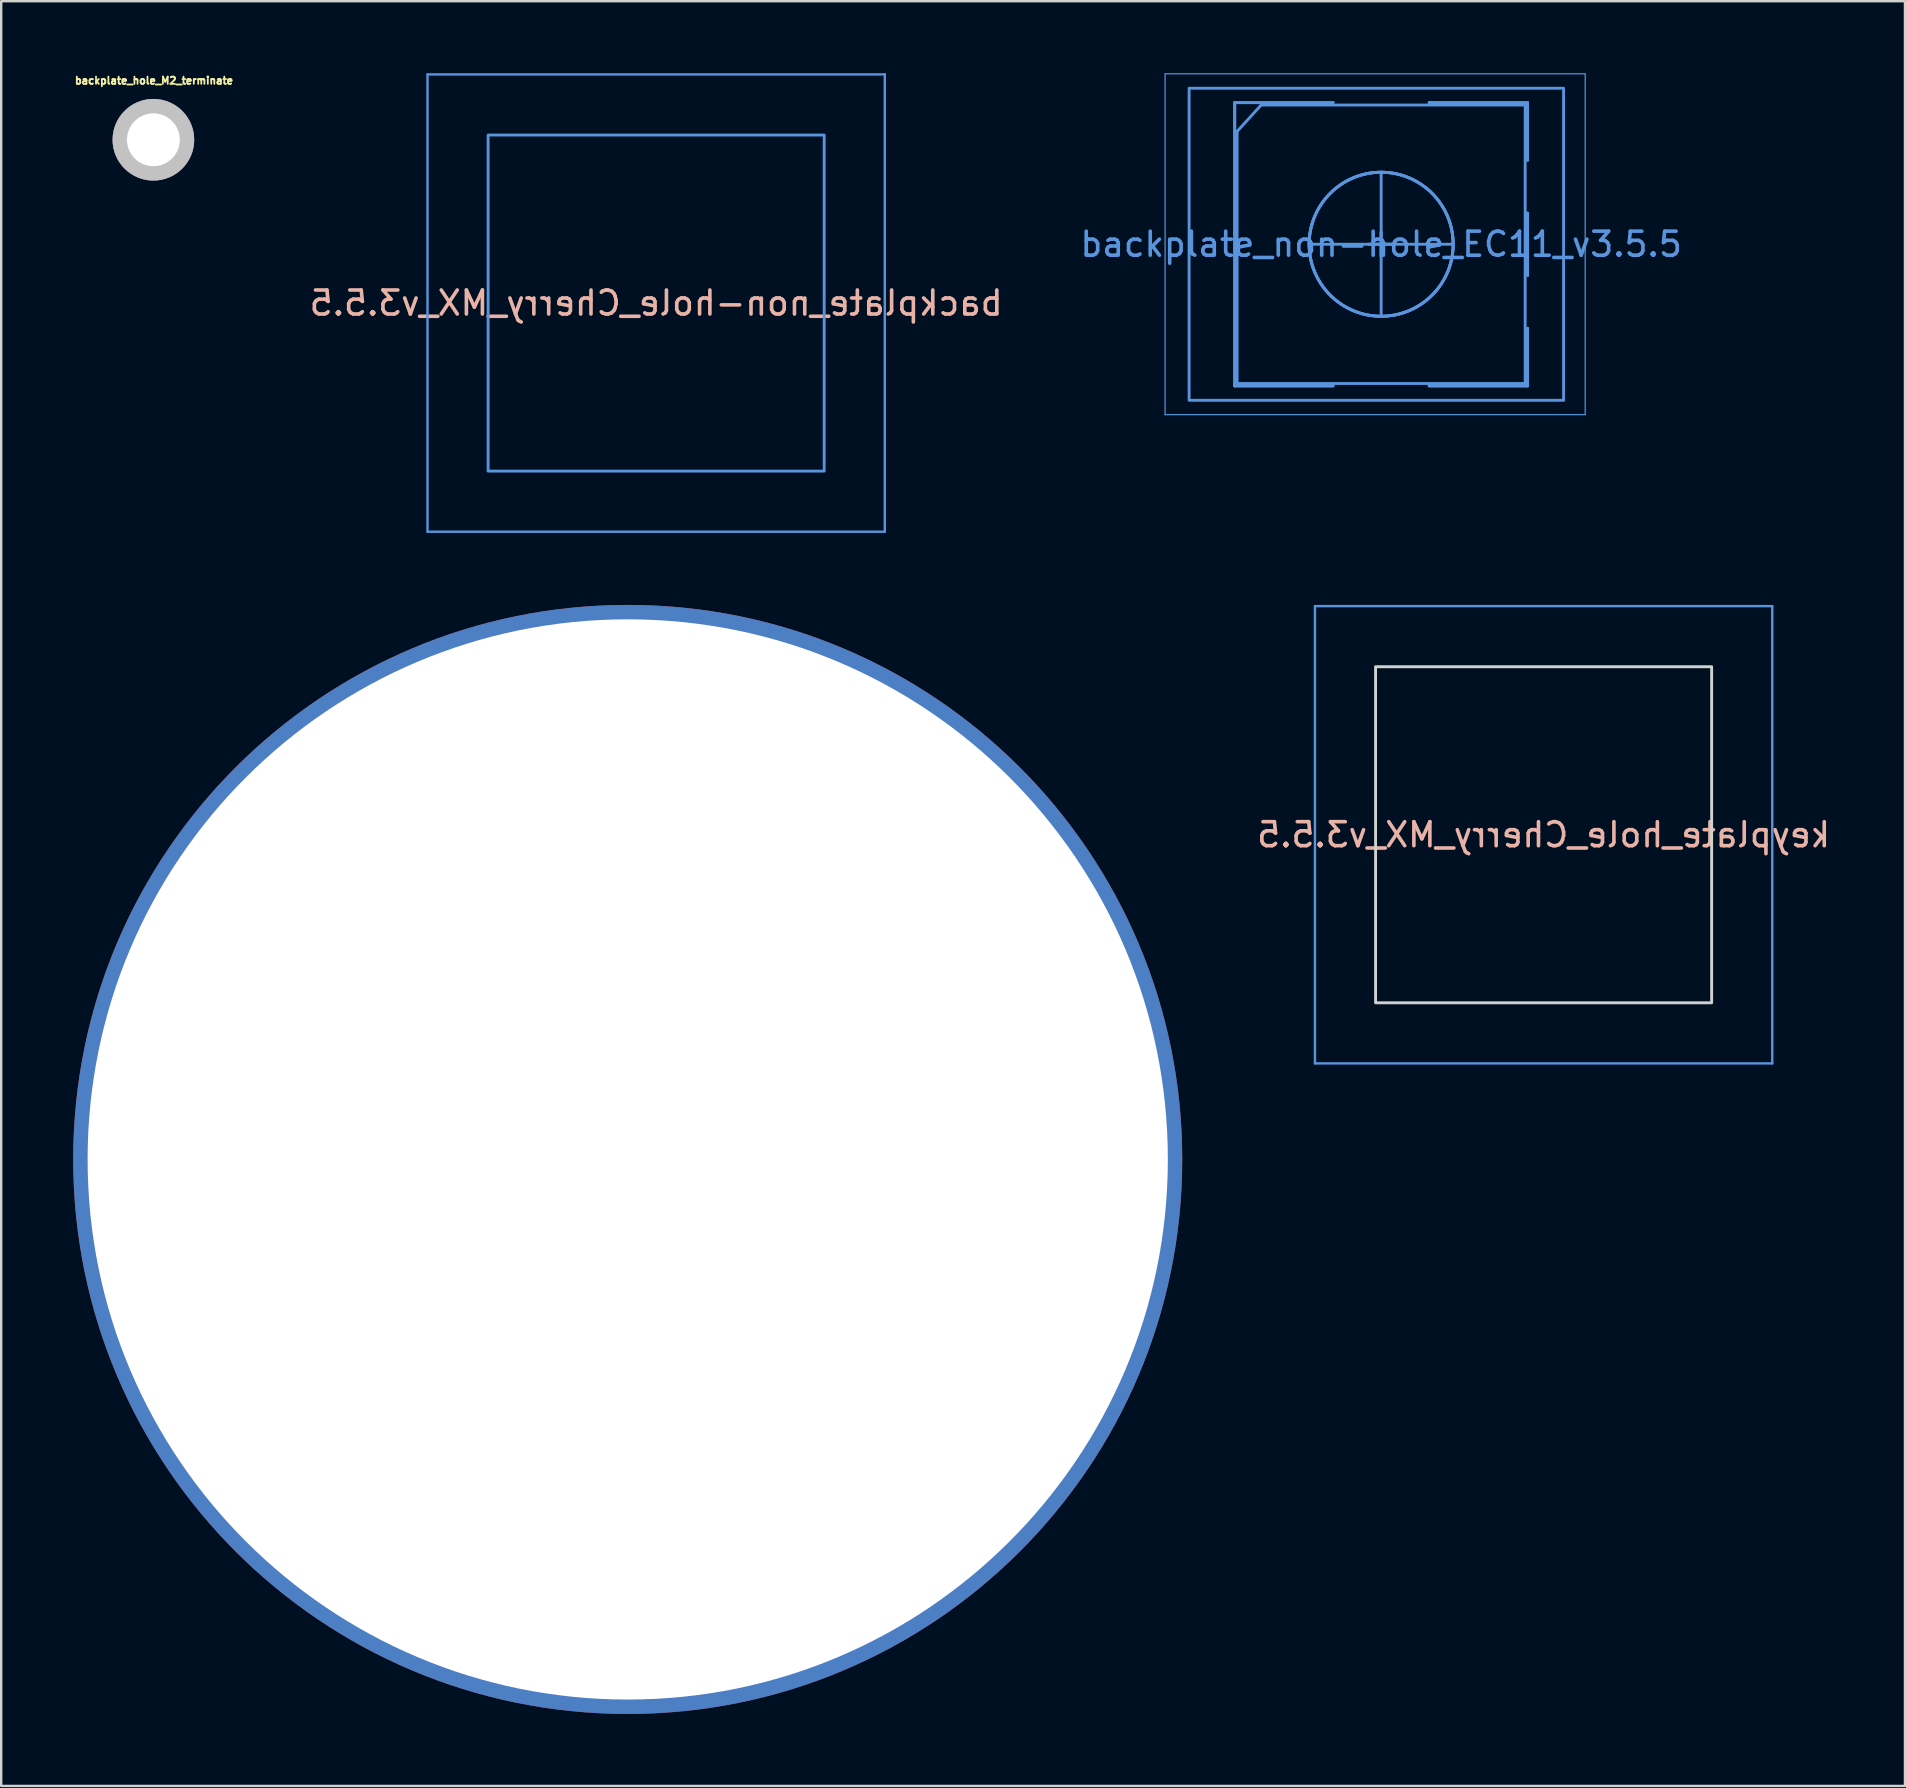
<source format=kicad_pcb>
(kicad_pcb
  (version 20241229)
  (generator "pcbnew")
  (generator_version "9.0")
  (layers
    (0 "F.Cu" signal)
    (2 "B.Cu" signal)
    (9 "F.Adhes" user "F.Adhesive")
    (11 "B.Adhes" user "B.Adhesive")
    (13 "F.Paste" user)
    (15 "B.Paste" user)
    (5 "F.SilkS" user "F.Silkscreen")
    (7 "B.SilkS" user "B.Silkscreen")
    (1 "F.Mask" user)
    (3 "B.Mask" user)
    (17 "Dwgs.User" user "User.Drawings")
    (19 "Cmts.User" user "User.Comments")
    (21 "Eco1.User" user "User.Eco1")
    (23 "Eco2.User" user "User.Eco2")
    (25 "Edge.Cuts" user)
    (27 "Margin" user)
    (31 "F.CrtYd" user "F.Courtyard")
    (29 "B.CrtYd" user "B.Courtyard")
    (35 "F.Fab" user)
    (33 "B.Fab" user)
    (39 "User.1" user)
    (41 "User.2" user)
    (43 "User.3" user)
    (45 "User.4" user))
  (footprint "backplate_Tenting_Puck_v3.5.5"
    (layer "F.Cu")
    (at 23.1 45.25)
    (property "Reference" "backplate_Tenting_Puck_v3.5.5" (at 7.684 1.46 0) (layer "F.Fab") (effects (font (size 1 1) (thickness 0.15))))
    (attr through_hole)
    (fp_line (start -17.6 10) (end -17.6 -10) (stroke (width 0.2) (type solid)) (layer "Dwgs.User"))
    (fp_line (start -1.6 19.05) (end -1.6 -19.05) (stroke (width 0.2) (type solid)) (layer "Dwgs.User"))
    (fp_line (start 1.6 19.05) (end 1.6 -19.05) (stroke (width 0.2) (type solid)) (layer "Dwgs.User"))
    (fp_line (start 17.6 10) (end 17.6 -10) (stroke (width 0.2) (type solid)) (layer "Dwgs.User"))
    (fp_arc (start -17.6 10) (mid -20.242529 0) (end -17.6 -10) (stroke (width 0.2) (type default)) (layer "Dwgs.User"))
    (fp_arc (start -1.6 -19.049999) (mid 0 -19.117073) (end 1.6 -19.049999) (stroke (width 0.2) (type default)) (layer "Dwgs.User"))
    (fp_arc (start 1.6 19.049999) (mid 0 19.117073) (end -1.6 19.049999) (stroke (width 0.2) (type default)) (layer "Dwgs.User"))
    (fp_arc (start 17.6 -10) (mid 20.242529 0) (end 17.6 10) (stroke (width 0.2) (type default)) (layer "Dwgs.User"))
    (fp_circle (center 0 0) (end 20.55 0) (stroke (width 0.55) (type solid)) (fill no) (layer "Dwgs.User"))
    (fp_circle (center -19.05 0) (end -17.3 0) (stroke (width 0.12) (type default)) (fill no) (layer "User.3"))
    (fp_circle (center 0 -19.05) (end 1.75 -19.05) (stroke (width 0.12) (type default)) (fill no) (layer "User.3"))
    (fp_circle (center 0 19.05) (end 1.75 19.05) (stroke (width 0.12) (type default)) (fill no) (layer "User.3"))
    (fp_circle (center 19.05 0) (end 20.8 0) (stroke (width 0.12) (type default)) (fill no) (layer "User.3"))
    (fp_circle (center -19.05 0) (end -17.3 0) (stroke (width 0.12) (type default)) (fill no) (layer "User.4"))
    (fp_circle (center 0 -19.05) (end 1.75 -19.05) (stroke (width 0.12) (type default)) (fill no) (layer "User.4"))
    (fp_circle (center 0 19.05) (end 1.75 19.05) (stroke (width 0.12) (type default)) (fill no) (layer "User.4"))
    (fp_circle (center 19.05 0) (end 20.8 0) (stroke (width 0.12) (type default)) (fill no) (layer "User.4"))
    (fp_circle (center 0 0) (end 22.5 0) (stroke (width 0.1) (type solid)) (fill no) (layer "User.6"))
    (fp_circle (center 0 0) (end 22.5 0) (stroke (width 0.1) (type solid)) (fill no) (layer "User.9"))
    (pad "" thru_hole circle (at 0 0) (size 46.2 46.2) (drill 45) (layers "*.Cu" "*.Mask")))
  (footprint "backplate_non-hole_Cherry_MX_v3.5.5"
    (layer "F.Cu")
    (at 24.284 9.575)
    (property "Reference" "backplate_non-hole_Cherry_MX_v3.5.5" (at 0 0 0) (layer "B.SilkS") (effects (font (size 1 1) (thickness 0.15)) (justify mirror)))
    (attr through_hole)
    (fp_line (start -9.525 -9.525) (end -9.525 9.525) (stroke (width 0.1) (type solid)) (layer "Cmts.User"))
    (fp_line (start 9.525 -9.525) (end -9.525 -9.525) (stroke (width 0.1) (type solid)) (layer "Cmts.User"))
    (fp_line (start 9.525 -9.525) (end 9.525 9.525) (stroke (width 0.1) (type solid)) (layer "Cmts.User"))
    (fp_line (start 9.525 9.525) (end -9.525 9.525) (stroke (width 0.1) (type solid)) (layer "Cmts.User"))
    (fp_rect (start 7 -7) (end -7 7) (stroke (width 0.12) (type default)) (fill no) (layer "Cmts.User")))
  (footprint "backplate_non-hole_EC11_v3.5.5"
    (layer "F.Cu")
    (at 54.486 7.125)
    (property "Reference" "backplate_non-hole_EC11_v3.5.5" (at 0 0 0) (layer "Cmts.User") (effects (font (size 1 1) (thickness 0.15))))
    (attr through_hole exclude_from_pos_files exclude_from_bom)
    (fp_line (start -9 -7.1) (end -9 7.1) (stroke (width 0.05) (type solid)) (layer "Cmts.User"))
    (fp_line (start -9 -7.1) (end 8.5 -7.1) (stroke (width 0.05) (type solid)) (layer "Cmts.User"))
    (fp_line (start -6.1 -5.9) (end -6.1 5.9) (stroke (width 0.12) (type solid)) (layer "Cmts.User"))
    (fp_line (start -6.1 -5.9) (end -6.1 5.9) (stroke (width 0.12) (type solid)) (layer "Cmts.User"))
    (fp_line (start -6 -4.7) (end -5 -5.8) (stroke (width 0.12) (type solid)) (layer "Cmts.User"))
    (fp_line (start -6 5.8) (end -6 -4.7) (stroke (width 0.12) (type solid)) (layer "Cmts.User"))
    (fp_line (start -5 -5.8) (end 6 -5.8) (stroke (width 0.12) (type solid)) (layer "Cmts.User"))
    (fp_line (start -3 0) (end 3 0) (stroke (width 0.12) (type solid)) (layer "Cmts.User"))
    (fp_line (start -2 -5.9) (end -6.1 -5.9) (stroke (width 0.12) (type solid)) (layer "Cmts.User"))
    (fp_line (start -2 -5.9) (end -6.1 -5.9) (stroke (width 0.12) (type solid)) (layer "Cmts.User"))
    (fp_line (start -2 5.9) (end -6.1 5.9) (stroke (width 0.12) (type solid)) (layer "Cmts.User"))
    (fp_line (start -2 5.9) (end -6.1 5.9) (stroke (width 0.12) (type solid)) (layer "Cmts.User"))
    (fp_line (start -0.5 0) (end 0.5 0) (stroke (width 0.12) (type solid)) (layer "Cmts.User"))
    (fp_line (start -0.5 0) (end 0.5 0) (stroke (width 0.12) (type solid)) (layer "Cmts.User"))
    (fp_line (start 0 -3) (end 0 3) (stroke (width 0.12) (type solid)) (layer "Cmts.User"))
    (fp_line (start 0 -0.5) (end 0 0.5) (stroke (width 0.12) (type solid)) (layer "Cmts.User"))
    (fp_line (start 0 -0.5) (end 0 0.5) (stroke (width 0.12) (type solid)) (layer "Cmts.User"))
    (fp_line (start 2 -5.9) (end 6.1 -5.9) (stroke (width 0.12) (type solid)) (layer "Cmts.User"))
    (fp_line (start 2 -5.9) (end 6.1 -5.9) (stroke (width 0.12) (type solid)) (layer "Cmts.User"))
    (fp_line (start 6 -5.8) (end 6 5.8) (stroke (width 0.12) (type solid)) (layer "Cmts.User"))
    (fp_line (start 6 5.8) (end -6 5.8) (stroke (width 0.12) (type solid)) (layer "Cmts.User"))
    (fp_line (start 6.1 -5.9) (end 6.1 -3.5) (stroke (width 0.12) (type solid)) (layer "Cmts.User"))
    (fp_line (start 6.1 -5.9) (end 6.1 -3.5) (stroke (width 0.12) (type solid)) (layer "Cmts.User"))
    (fp_line (start 6.1 -1.3) (end 6.1 1.3) (stroke (width 0.12) (type solid)) (layer "Cmts.User"))
    (fp_line (start 6.1 -1.3) (end 6.1 1.3) (stroke (width 0.12) (type solid)) (layer "Cmts.User"))
    (fp_line (start 6.1 3.5) (end 6.1 5.9) (stroke (width 0.12) (type solid)) (layer "Cmts.User"))
    (fp_line (start 6.1 3.5) (end 6.1 5.9) (stroke (width 0.12) (type solid)) (layer "Cmts.User"))
    (fp_line (start 6.1 5.9) (end 2 5.9) (stroke (width 0.12) (type solid)) (layer "Cmts.User"))
    (fp_line (start 6.1 5.9) (end 2 5.9) (stroke (width 0.12) (type solid)) (layer "Cmts.User"))
    (fp_line (start 8.5 7.1) (end -9 7.1) (stroke (width 0.05) (type solid)) (layer "Cmts.User"))
    (fp_line (start 8.5 7.1) (end 8.5 -7.1) (stroke (width 0.05) (type solid)) (layer "Cmts.User"))
    (fp_rect (start -8 -6.5) (end 7.6 6.5) (stroke (width 0.12) (type default)) (fill no) (layer "Cmts.User"))
    (fp_circle (center 0 0) (end 3 0) (stroke (width 0.12) (type solid)) (fill no) (layer "Cmts.User"))
    (fp_circle (center 0 0) (end 3 0) (stroke (width 0.12) (type solid)) (fill no) (layer "Cmts.User"))
    (fp_circle (center 0 0) (end 3 0) (stroke (width 0.12) (type solid)) (fill no) (layer "Cmts.User")))
  (footprint "keyplate_hole_Cherry_MX_v3.5.5"
    (layer "F.Cu")
    (at 61.254 31.725)
    (property "Reference" "keyplate_hole_Cherry_MX_v3.5.5" (at 0 0 0) (layer "B.SilkS") (effects (font (size 1 1) (thickness 0.15)) (justify mirror)))
    (attr through_hole)
    (fp_line (start -9.525 -9.525) (end -9.525 9.525) (stroke (width 0.1) (type solid)) (layer "Cmts.User"))
    (fp_line (start 9.525 -9.525) (end -9.525 -9.525) (stroke (width 0.1) (type solid)) (layer "Cmts.User"))
    (fp_line (start 9.525 -9.525) (end 9.525 9.525) (stroke (width 0.1) (type solid)) (layer "Cmts.User"))
    (fp_line (start 9.525 9.525) (end -9.525 9.525) (stroke (width 0.1) (type solid)) (layer "Cmts.User"))
    (fp_rect (start 7 -7) (end -7 7) (stroke (width 0.12) (type default)) (fill no) (layer "Edge.Cuts")))
  (footprint "backplate_hole_M2_terminate"
    (layer "F.Cu")
    (at 3.365 2.847)
    (property "Reference" "backplate_hole_M2_terminate" (at 0 -2.54 0) (layer "F.SilkS") (effects (font (size 0.3 0.3) (thickness 0.075))))
    (attr through_hole)
    (pad "" thru_hole circle (at -0.025 -0.075 90) (size 3.4 3.4) (drill 2.2) (layers "*.Cu" "*.Mask" "Dwgs.User")))
  (gr_rect
    (start -3 -3)
    (end 76.307 71.35)
    (stroke (width 0.1) (type default))
    (fill no)
    (layer "Edge.Cuts")))
</source>
